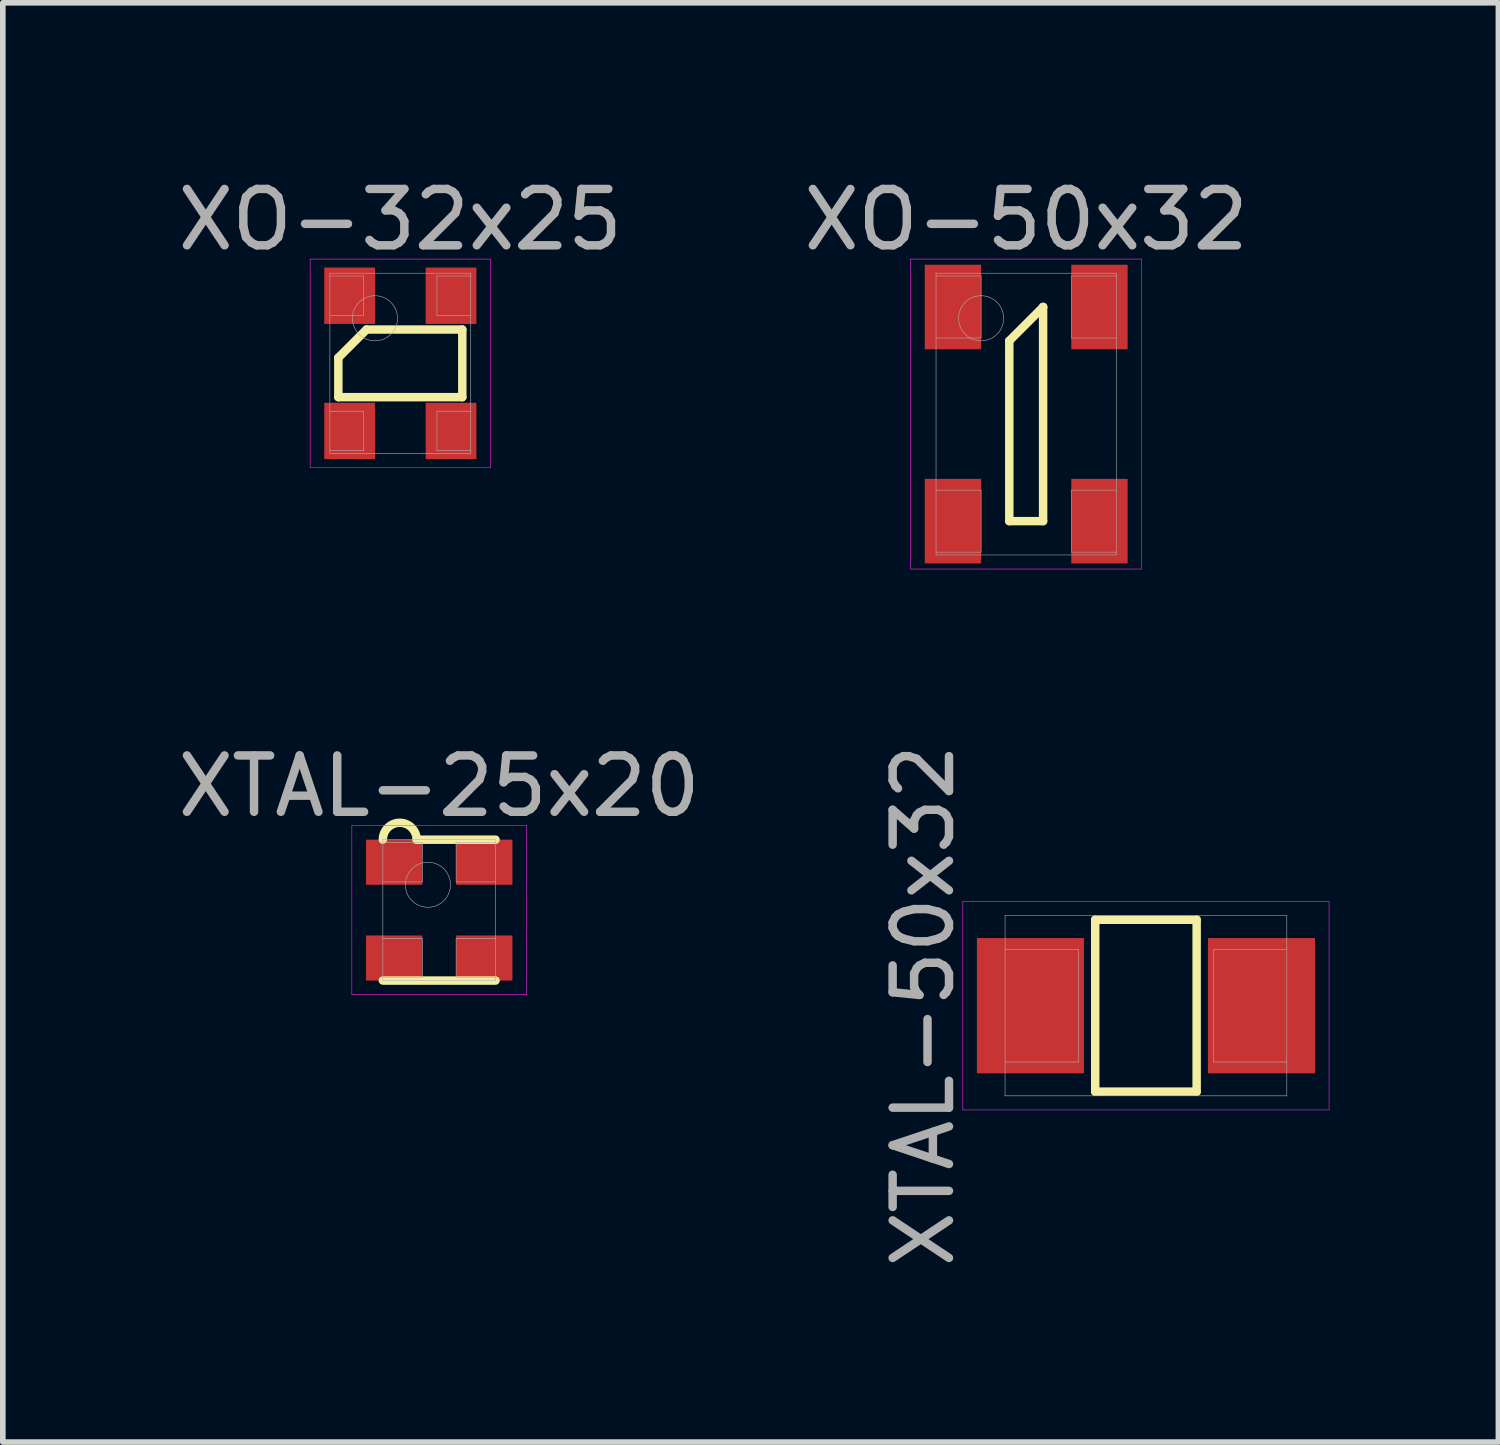
<source format=kicad_pcb>
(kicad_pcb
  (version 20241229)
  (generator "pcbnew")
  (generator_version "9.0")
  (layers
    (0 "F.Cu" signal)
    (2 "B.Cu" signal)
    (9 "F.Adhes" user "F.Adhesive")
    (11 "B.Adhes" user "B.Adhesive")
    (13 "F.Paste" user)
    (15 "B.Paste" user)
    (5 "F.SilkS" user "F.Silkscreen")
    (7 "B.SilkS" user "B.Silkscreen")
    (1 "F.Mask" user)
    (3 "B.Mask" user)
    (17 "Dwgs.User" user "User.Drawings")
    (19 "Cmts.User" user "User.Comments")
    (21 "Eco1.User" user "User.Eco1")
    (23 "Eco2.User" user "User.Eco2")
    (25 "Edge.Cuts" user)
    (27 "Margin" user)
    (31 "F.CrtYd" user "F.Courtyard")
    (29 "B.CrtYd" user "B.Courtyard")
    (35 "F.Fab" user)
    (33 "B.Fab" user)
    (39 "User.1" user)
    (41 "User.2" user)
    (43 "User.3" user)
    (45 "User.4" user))
  (footprint "XTAL-50x32"
    (layer "F.Cu")
    (at 17.286 14.797)
    (property "Reference" "XTAL-50x32" (at -3.95 0 90) (layer "F.Fab") (effects (font (size 1 1) (thickness 0.15))))
    (attr smd)
    (fp_line (start -0.9 -1.525) (end 0.9 -1.525) (stroke (width 0.15) (type solid)) (layer "F.SilkS"))
    (fp_line (start -0.9 1.525) (end -0.9 -1.525) (stroke (width 0.15) (type solid)) (layer "F.SilkS"))
    (fp_line (start 0.9 -1.525) (end 0.9 1.525) (stroke (width 0.15) (type solid)) (layer "F.SilkS"))
    (fp_line (start 0.9 1.525) (end -0.9 1.525) (stroke (width 0.15) (type solid)) (layer "F.SilkS"))
    (fp_line (start -3.25 -1.85) (end 3.25 -1.85) (stroke (width 0.01) (type solid)) (layer "F.CrtYd"))
    (fp_line (start -3.25 1.85) (end -3.25 -1.85) (stroke (width 0.01) (type solid)) (layer "F.CrtYd"))
    (fp_line (start 3.25 -1.85) (end 3.25 1.85) (stroke (width 0.01) (type solid)) (layer "F.CrtYd"))
    (fp_line (start 3.25 1.85) (end -3.25 1.85) (stroke (width 0.01) (type solid)) (layer "F.CrtYd"))
    (fp_line (start -2.5 -1.6) (end 2.5 -1.6) (stroke (width 0.01) (type solid)) (layer "F.Fab"))
    (fp_line (start -2.5 1.6) (end -2.5 -1.6) (stroke (width 0.01) (type solid)) (layer "F.Fab"))
    (fp_line (start -1.2 -1) (end -2.5 -1) (stroke (width 0.01) (type solid)) (layer "F.Fab"))
    (fp_line (start -1.2 -1) (end -1.2 1) (stroke (width 0.01) (type solid)) (layer "F.Fab"))
    (fp_line (start -1.2 1) (end -2.5 1) (stroke (width 0.01) (type solid)) (layer "F.Fab"))
    (fp_line (start 1.2 -1) (end 1.2 1) (stroke (width 0.01) (type solid)) (layer "F.Fab"))
    (fp_line (start 1.2 -1) (end 2.5 -1) (stroke (width 0.01) (type solid)) (layer "F.Fab"))
    (fp_line (start 1.2 1) (end 2.5 1) (stroke (width 0.01) (type solid)) (layer "F.Fab"))
    (fp_line (start 2.5 -1.6) (end 2.5 1.6) (stroke (width 0.01) (type solid)) (layer "F.Fab"))
    (fp_line (start 2.5 1.6) (end -2.5 1.6) (stroke (width 0.01) (type solid)) (layer "F.Fab"))
    (pad "1" smd rect (at -2.05 0) (size 1.9 2.4) (layers "F.Cu" "F.Mask" "F.Paste"))
    (pad "2" smd rect (at 2.05 0) (size 1.9 2.4) (layers "F.Cu" "F.Mask" "F.Paste")))
  (footprint "XTAL-25x20"
    (layer "F.Cu")
    (at 4.744 13.101)
    (property "Reference" "XTAL-25x20" (at 0 -2.2 0) (layer "F.Fab") (effects (font (size 1 1) (thickness 0.15))))
    (attr through_hole)
    (fp_line (start -1 1.25) (end 1 1.25) (stroke (width 0.15) (type solid)) (layer "F.SilkS"))
    (fp_line (start -0.4 -1.25) (end 1 -1.25) (stroke (width 0.15) (type solid)) (layer "F.SilkS"))
    (fp_arc (start -1 -1.25) (mid -0.7 -1.55) (end -0.4 -1.25) (stroke (width 0.15) (type solid)) (layer "F.SilkS"))
    (fp_line (start -1.55 -1.5) (end 1.55 -1.5) (stroke (width 0.01) (type solid)) (layer "F.CrtYd"))
    (fp_line (start -1.55 1.5) (end -1.55 -1.5) (stroke (width 0.01) (type solid)) (layer "F.CrtYd"))
    (fp_line (start 1.55 -1.5) (end 1.55 1.5) (stroke (width 0.01) (type solid)) (layer "F.CrtYd"))
    (fp_line (start 1.55 1.5) (end -1.55 1.5) (stroke (width 0.01) (type solid)) (layer "F.CrtYd"))
    (fp_line (start -1 -1.25) (end 1 -1.25) (stroke (width 0.01) (type solid)) (layer "F.Fab"))
    (fp_line (start -1 -0.5) (end -0.3 -0.5) (stroke (width 0.01) (type solid)) (layer "F.Fab"))
    (fp_line (start -1 1.2) (end -0.3 1.2) (stroke (width 0.01) (type solid)) (layer "F.Fab"))
    (fp_line (start -1 1.25) (end -1 -1.25) (stroke (width 0.01) (type solid)) (layer "F.Fab"))
    (fp_line (start -0.3 -1.2) (end -1 -1.2) (stroke (width 0.01) (type solid)) (layer "F.Fab"))
    (fp_line (start -0.3 -0.5) (end -0.3 -1.2) (stroke (width 0.01) (type solid)) (layer "F.Fab"))
    (fp_line (start -0.3 0.5) (end -1 0.5) (stroke (width 0.01) (type solid)) (layer "F.Fab"))
    (fp_line (start -0.3 1.2) (end -0.3 0.5) (stroke (width 0.01) (type solid)) (layer "F.Fab"))
    (fp_line (start 0.3 -1.2) (end 0.3 -0.5) (stroke (width 0.01) (type solid)) (layer "F.Fab"))
    (fp_line (start 0.3 -0.5) (end 1 -0.5) (stroke (width 0.01) (type solid)) (layer "F.Fab"))
    (fp_line (start 0.3 0.5) (end 0.3 1.2) (stroke (width 0.01) (type solid)) (layer "F.Fab"))
    (fp_line (start 0.3 1.2) (end 1 1.2) (stroke (width 0.01) (type solid)) (layer "F.Fab"))
    (fp_line (start 1 -1.25) (end 1 1.25) (stroke (width 0.01) (type solid)) (layer "F.Fab"))
    (fp_line (start 1 -1.2) (end 0.3 -1.2) (stroke (width 0.01) (type solid)) (layer "F.Fab"))
    (fp_line (start 1 0.5) (end 0.3 0.5) (stroke (width 0.01) (type solid)) (layer "F.Fab"))
    (fp_line (start 1 1.25) (end -1 1.25) (stroke (width 0.01) (type solid)) (layer "F.Fab"))
    (fp_circle (center -0.2 -0.45) (end -0.2 -0.05) (stroke (width 0.01) (type solid)) (fill no) (layer "F.Fab"))
    (pad "1" smd rect (at -0.8 -0.85) (size 1 0.8) (layers "F.Cu" "F.Mask" "F.Paste"))
    (pad "2" smd rect (at -0.8 0.85) (size 1 0.8) (layers "F.Cu" "F.Mask" "F.Paste"))
    (pad "3" smd rect (at 0.8 0.85) (size 1 0.8) (layers "F.Cu" "F.Mask" "F.Paste"))
    (pad "4" smd rect (at 0.8 -0.85) (size 1 0.8) (layers "F.Cu" "F.Mask" "F.Paste")))
  (footprint "XO-32x25"
    (layer "F.Cu")
    (at 4.054 3.398)
    (property "Reference" "XO-32x25" (at 0 -2.55 0) (layer "F.Fab") (effects (font (size 1 1) (thickness 0.15))))
    (attr through_hole)
    (fp_line (start -1.1 -0.1) (end -1.1 0.6) (stroke (width 0.15) (type solid)) (layer "F.SilkS"))
    (fp_line (start -1.1 0.6) (end 1.1 0.6) (stroke (width 0.15) (type solid)) (layer "F.SilkS"))
    (fp_line (start -0.6 -0.6) (end -1.1 -0.1) (stroke (width 0.15) (type solid)) (layer "F.SilkS"))
    (fp_line (start 1.1 -0.6) (end -0.6 -0.6) (stroke (width 0.15) (type solid)) (layer "F.SilkS"))
    (fp_line (start 1.1 0.6) (end 1.1 -0.6) (stroke (width 0.15) (type solid)) (layer "F.SilkS"))
    (fp_line (start -1.6 -1.85) (end 1.6 -1.85) (stroke (width 0.01) (type solid)) (layer "F.CrtYd"))
    (fp_line (start -1.6 1.85) (end -1.6 -1.85) (stroke (width 0.01) (type solid)) (layer "F.CrtYd"))
    (fp_line (start 1.6 -1.85) (end 1.6 1.85) (stroke (width 0.01) (type solid)) (layer "F.CrtYd"))
    (fp_line (start 1.6 1.85) (end -1.6 1.85) (stroke (width 0.01) (type solid)) (layer "F.CrtYd"))
    (fp_line (start -1.25 -1.6) (end 1.25 -1.6) (stroke (width 0.01) (type solid)) (layer "F.Fab"))
    (fp_line (start -1.25 -0.85) (end -0.65 -0.85) (stroke (width 0.01) (type solid)) (layer "F.Fab"))
    (fp_line (start -1.25 1.55) (end -0.65 1.55) (stroke (width 0.01) (type solid)) (layer "F.Fab"))
    (fp_line (start -1.25 1.6) (end -1.25 -1.6) (stroke (width 0.01) (type solid)) (layer "F.Fab"))
    (fp_line (start -0.65 -1.55) (end -1.25 -1.55) (stroke (width 0.01) (type solid)) (layer "F.Fab"))
    (fp_line (start -0.65 -0.85) (end -0.65 -1.55) (stroke (width 0.01) (type solid)) (layer "F.Fab"))
    (fp_line (start -0.65 0.85) (end -1.25 0.85) (stroke (width 0.01) (type solid)) (layer "F.Fab"))
    (fp_line (start -0.65 1.55) (end -0.65 0.85) (stroke (width 0.01) (type solid)) (layer "F.Fab"))
    (fp_line (start 0.65 -1.55) (end 0.65 -0.85) (stroke (width 0.01) (type solid)) (layer "F.Fab"))
    (fp_line (start 0.65 -0.85) (end 1.25 -0.85) (stroke (width 0.01) (type solid)) (layer "F.Fab"))
    (fp_line (start 0.65 0.85) (end 0.65 1.55) (stroke (width 0.01) (type solid)) (layer "F.Fab"))
    (fp_line (start 0.65 1.55) (end 1.25 1.55) (stroke (width 0.01) (type solid)) (layer "F.Fab"))
    (fp_line (start 1.25 -1.6) (end 1.25 1.6) (stroke (width 0.01) (type solid)) (layer "F.Fab"))
    (fp_line (start 1.25 -1.55) (end 0.65 -1.55) (stroke (width 0.01) (type solid)) (layer "F.Fab"))
    (fp_line (start 1.25 0.85) (end 0.65 0.85) (stroke (width 0.01) (type solid)) (layer "F.Fab"))
    (fp_line (start 1.25 1.6) (end -1.25 1.6) (stroke (width 0.01) (type solid)) (layer "F.Fab"))
    (fp_circle (center -0.45 -0.8) (end -0.45 -0.4) (stroke (width 0.01) (type solid)) (fill no) (layer "F.Fab"))
    (pad "1" smd rect (at -0.9 -1.2) (size 0.9 1) (layers "F.Cu" "F.Mask" "F.Paste"))
    (pad "2" smd rect (at -0.9 1.2) (size 0.9 1) (layers "F.Cu" "F.Mask" "F.Paste"))
    (pad "3" smd rect (at 0.9 1.2) (size 0.9 1) (layers "F.Cu" "F.Mask" "F.Paste"))
    (pad "4" smd rect (at 0.9 -1.2) (size 0.9 1) (layers "F.Cu" "F.Mask" "F.Paste")))
  (footprint "XO-50x32"
    (layer "F.Cu")
    (at 15.161 4.298)
    (property "Reference" "XO-50x32" (at 0 -3.45 0) (layer "F.Fab") (effects (font (size 1 1) (thickness 0.15))))
    (attr smd)
    (fp_line (start -0.3 -1.3) (end 0.3 -1.9) (stroke (width 0.15) (type solid)) (layer "F.SilkS"))
    (fp_line (start -0.3 1.9) (end -0.3 -1.3) (stroke (width 0.15) (type solid)) (layer "F.SilkS"))
    (fp_line (start 0.3 -1.9) (end 0.3 -1.9) (stroke (width 0.15) (type solid)) (layer "F.SilkS"))
    (fp_line (start 0.3 -1.9) (end 0.3 1.9) (stroke (width 0.15) (type solid)) (layer "F.SilkS"))
    (fp_line (start 0.3 1.9) (end -0.3 1.9) (stroke (width 0.15) (type solid)) (layer "F.SilkS"))
    (fp_line (start -2.05 -2.75) (end 2.05 -2.75) (stroke (width 0.01) (type solid)) (layer "F.CrtYd"))
    (fp_line (start -2.05 2.75) (end -2.05 -2.75) (stroke (width 0.01) (type solid)) (layer "F.CrtYd"))
    (fp_line (start 2.05 -2.75) (end 2.05 2.75) (stroke (width 0.01) (type solid)) (layer "F.CrtYd"))
    (fp_line (start 2.05 2.75) (end -2.05 2.75) (stroke (width 0.01) (type solid)) (layer "F.CrtYd"))
    (fp_line (start -1.6 -2.5) (end 1.6 -2.5) (stroke (width 0.01) (type solid)) (layer "F.Fab"))
    (fp_line (start -1.6 -1.35) (end -0.8 -1.35) (stroke (width 0.01) (type solid)) (layer "F.Fab"))
    (fp_line (start -1.6 2.45) (end -0.8 2.45) (stroke (width 0.01) (type solid)) (layer "F.Fab"))
    (fp_line (start -1.6 2.5) (end -1.6 -2.5) (stroke (width 0.01) (type solid)) (layer "F.Fab"))
    (fp_line (start -0.8 -2.45) (end -1.6 -2.45) (stroke (width 0.01) (type solid)) (layer "F.Fab"))
    (fp_line (start -0.8 -1.35) (end -0.8 -2.45) (stroke (width 0.01) (type solid)) (layer "F.Fab"))
    (fp_line (start -0.8 1.35) (end -1.6 1.35) (stroke (width 0.01) (type solid)) (layer "F.Fab"))
    (fp_line (start -0.8 2.45) (end -0.8 1.35) (stroke (width 0.01) (type solid)) (layer "F.Fab"))
    (fp_line (start 0.8 -2.45) (end 0.8 -1.35) (stroke (width 0.01) (type solid)) (layer "F.Fab"))
    (fp_line (start 0.8 -1.35) (end 1.6 -1.35) (stroke (width 0.01) (type solid)) (layer "F.Fab"))
    (fp_line (start 0.8 1.35) (end 0.8 2.45) (stroke (width 0.01) (type solid)) (layer "F.Fab"))
    (fp_line (start 0.8 2.45) (end 1.6 2.45) (stroke (width 0.01) (type solid)) (layer "F.Fab"))
    (fp_line (start 1.6 -2.5) (end 1.6 2.5) (stroke (width 0.01) (type solid)) (layer "F.Fab"))
    (fp_line (start 1.6 -2.45) (end 0.8 -2.45) (stroke (width 0.01) (type solid)) (layer "F.Fab"))
    (fp_line (start 1.6 1.35) (end 0.8 1.35) (stroke (width 0.01) (type solid)) (layer "F.Fab"))
    (fp_line (start 1.6 2.5) (end -1.6 2.5) (stroke (width 0.01) (type solid)) (layer "F.Fab"))
    (fp_circle (center -0.8 -1.7) (end -0.8 -1.3) (stroke (width 0.01) (type solid)) (fill no) (layer "F.Fab"))
    (pad "1" smd rect (at -1.3 -1.9) (size 1 1.5) (layers "F.Cu" "F.Mask" "F.Paste"))
    (pad "2" smd rect (at -1.3 1.9) (size 1 1.5) (layers "F.Cu" "F.Mask" "F.Paste"))
    (pad "3" smd rect (at 1.3 1.9) (size 1 1.5) (layers "F.Cu" "F.Mask" "F.Paste"))
    (pad "4" smd rect (at 1.3 -1.9) (size 1 1.5) (layers "F.Cu" "F.Mask" "F.Paste")))
  (gr_rect
    (start -3 -3)
    (end 23.541 22.541)
    (stroke (width 0.1) (type default))
    (fill no)
    (layer "Edge.Cuts")))
</source>
